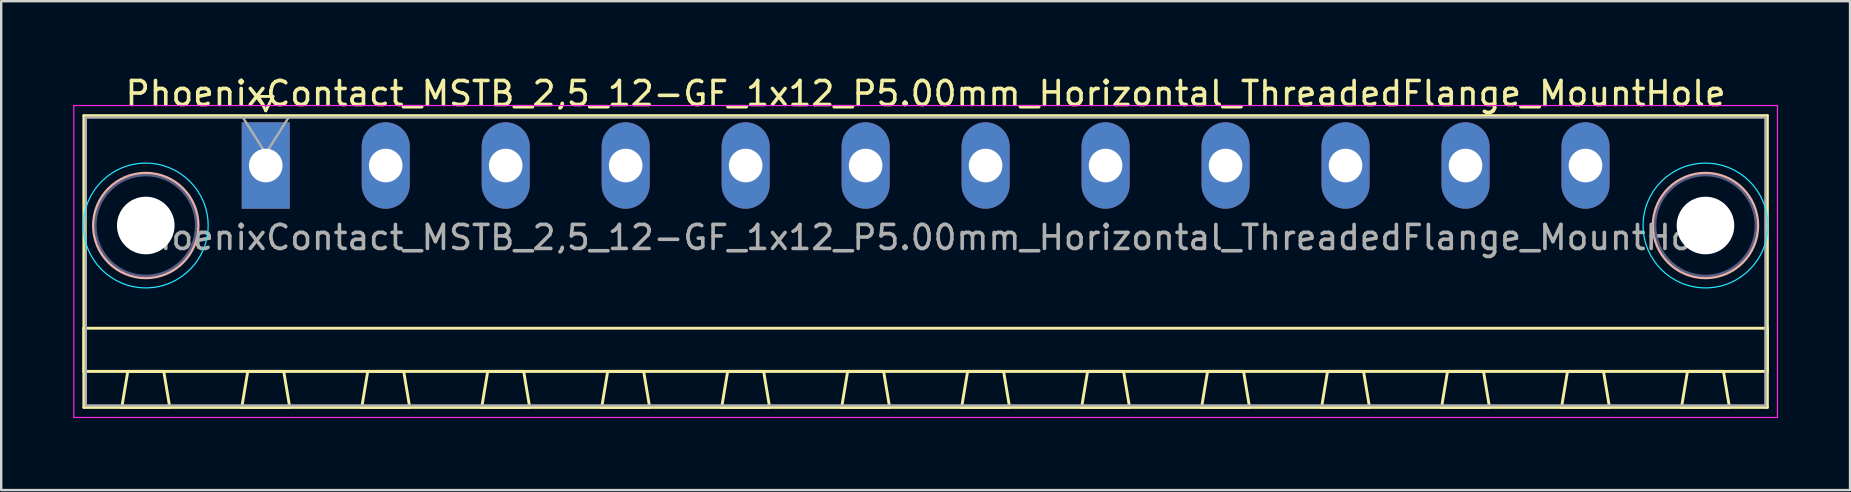
<source format=kicad_pcb>
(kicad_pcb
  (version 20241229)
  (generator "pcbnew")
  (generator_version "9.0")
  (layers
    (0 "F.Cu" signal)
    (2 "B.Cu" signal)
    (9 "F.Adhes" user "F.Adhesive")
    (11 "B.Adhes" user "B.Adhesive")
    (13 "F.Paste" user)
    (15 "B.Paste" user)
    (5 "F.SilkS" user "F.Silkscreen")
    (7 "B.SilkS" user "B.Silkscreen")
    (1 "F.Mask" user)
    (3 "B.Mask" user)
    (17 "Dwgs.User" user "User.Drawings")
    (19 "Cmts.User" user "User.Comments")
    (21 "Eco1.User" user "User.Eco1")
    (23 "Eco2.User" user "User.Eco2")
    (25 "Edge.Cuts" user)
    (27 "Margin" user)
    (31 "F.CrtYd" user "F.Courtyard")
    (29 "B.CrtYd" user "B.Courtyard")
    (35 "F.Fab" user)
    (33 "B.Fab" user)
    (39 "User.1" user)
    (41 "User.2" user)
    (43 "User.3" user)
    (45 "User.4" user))
  (footprint "PhoenixContact_MSTB_2,5_12-GF_1x12_P5.00mm_Horizontal_ThreadedFlange_MountHole"
    (layer "F.Cu")
    (at 8.025 3.848)
    (property "Reference" "PhoenixContact_MSTB_2,5_12-GF_1x12_P5.00mm_Horizontal_ThreadedFlange_MountHole" (at 27.5 -3 0) (layer "F.SilkS") (effects (font (size 1 1) (thickness 0.15))))
    (attr through_hole)
    (fp_line (start -7.58 -2.08) (end -7.58 10.08) (stroke (width 0.12) (type solid)) (layer "F.SilkS"))
    (fp_line (start -7.58 6.78) (end 62.58 6.78) (stroke (width 0.12) (type solid)) (layer "F.SilkS"))
    (fp_line (start -7.58 8.58) (end -7.58 6.78) (stroke (width 0.12) (type solid)) (layer "F.SilkS"))
    (fp_line (start -7.58 10.08) (end 62.58 10.08) (stroke (width 0.12) (type solid)) (layer "F.SilkS"))
    (fp_line (start -6 10.08) (end -4 10.08) (stroke (width 0.12) (type solid)) (layer "F.SilkS"))
    (fp_line (start -5.75 8.58) (end -6 10.08) (stroke (width 0.12) (type solid)) (layer "F.SilkS"))
    (fp_line (start -4.25 8.58) (end -5.75 8.58) (stroke (width 0.12) (type solid)) (layer "F.SilkS"))
    (fp_line (start -4 10.08) (end -4.25 8.58) (stroke (width 0.12) (type solid)) (layer "F.SilkS"))
    (fp_line (start -1 10.08) (end 1 10.08) (stroke (width 0.12) (type solid)) (layer "F.SilkS"))
    (fp_line (start -0.75 8.58) (end -1 10.08) (stroke (width 0.12) (type solid)) (layer "F.SilkS"))
    (fp_line (start -0.3 -2.88) (end 0.3 -2.88) (stroke (width 0.12) (type solid)) (layer "F.SilkS"))
    (fp_line (start 0 -2.28) (end -0.3 -2.88) (stroke (width 0.12) (type solid)) (layer "F.SilkS"))
    (fp_line (start 0.3 -2.88) (end 0 -2.28) (stroke (width 0.12) (type solid)) (layer "F.SilkS"))
    (fp_line (start 0.75 8.58) (end -0.75 8.58) (stroke (width 0.12) (type solid)) (layer "F.SilkS"))
    (fp_line (start 1 10.08) (end 0.75 8.58) (stroke (width 0.12) (type solid)) (layer "F.SilkS"))
    (fp_line (start 4 10.08) (end 6 10.08) (stroke (width 0.12) (type solid)) (layer "F.SilkS"))
    (fp_line (start 4.25 8.58) (end 4 10.08) (stroke (width 0.12) (type solid)) (layer "F.SilkS"))
    (fp_line (start 5.75 8.58) (end 4.25 8.58) (stroke (width 0.12) (type solid)) (layer "F.SilkS"))
    (fp_line (start 6 10.08) (end 5.75 8.58) (stroke (width 0.12) (type solid)) (layer "F.SilkS"))
    (fp_line (start 9 10.08) (end 11 10.08) (stroke (width 0.12) (type solid)) (layer "F.SilkS"))
    (fp_line (start 9.25 8.58) (end 9 10.08) (stroke (width 0.12) (type solid)) (layer "F.SilkS"))
    (fp_line (start 10.75 8.58) (end 9.25 8.58) (stroke (width 0.12) (type solid)) (layer "F.SilkS"))
    (fp_line (start 11 10.08) (end 10.75 8.58) (stroke (width 0.12) (type solid)) (layer "F.SilkS"))
    (fp_line (start 14 10.08) (end 16 10.08) (stroke (width 0.12) (type solid)) (layer "F.SilkS"))
    (fp_line (start 14.25 8.58) (end 14 10.08) (stroke (width 0.12) (type solid)) (layer "F.SilkS"))
    (fp_line (start 15.75 8.58) (end 14.25 8.58) (stroke (width 0.12) (type solid)) (layer "F.SilkS"))
    (fp_line (start 16 10.08) (end 15.75 8.58) (stroke (width 0.12) (type solid)) (layer "F.SilkS"))
    (fp_line (start 19 10.08) (end 21 10.08) (stroke (width 0.12) (type solid)) (layer "F.SilkS"))
    (fp_line (start 19.25 8.58) (end 19 10.08) (stroke (width 0.12) (type solid)) (layer "F.SilkS"))
    (fp_line (start 20.75 8.58) (end 19.25 8.58) (stroke (width 0.12) (type solid)) (layer "F.SilkS"))
    (fp_line (start 21 10.08) (end 20.75 8.58) (stroke (width 0.12) (type solid)) (layer "F.SilkS"))
    (fp_line (start 24 10.08) (end 26 10.08) (stroke (width 0.12) (type solid)) (layer "F.SilkS"))
    (fp_line (start 24.25 8.58) (end 24 10.08) (stroke (width 0.12) (type solid)) (layer "F.SilkS"))
    (fp_line (start 25.75 8.58) (end 24.25 8.58) (stroke (width 0.12) (type solid)) (layer "F.SilkS"))
    (fp_line (start 26 10.08) (end 25.75 8.58) (stroke (width 0.12) (type solid)) (layer "F.SilkS"))
    (fp_line (start 29 10.08) (end 31 10.08) (stroke (width 0.12) (type solid)) (layer "F.SilkS"))
    (fp_line (start 29.25 8.58) (end 29 10.08) (stroke (width 0.12) (type solid)) (layer "F.SilkS"))
    (fp_line (start 30.75 8.58) (end 29.25 8.58) (stroke (width 0.12) (type solid)) (layer "F.SilkS"))
    (fp_line (start 31 10.08) (end 30.75 8.58) (stroke (width 0.12) (type solid)) (layer "F.SilkS"))
    (fp_line (start 34 10.08) (end 36 10.08) (stroke (width 0.12) (type solid)) (layer "F.SilkS"))
    (fp_line (start 34.25 8.58) (end 34 10.08) (stroke (width 0.12) (type solid)) (layer "F.SilkS"))
    (fp_line (start 35.75 8.58) (end 34.25 8.58) (stroke (width 0.12) (type solid)) (layer "F.SilkS"))
    (fp_line (start 36 10.08) (end 35.75 8.58) (stroke (width 0.12) (type solid)) (layer "F.SilkS"))
    (fp_line (start 39 10.08) (end 41 10.08) (stroke (width 0.12) (type solid)) (layer "F.SilkS"))
    (fp_line (start 39.25 8.58) (end 39 10.08) (stroke (width 0.12) (type solid)) (layer "F.SilkS"))
    (fp_line (start 40.75 8.58) (end 39.25 8.58) (stroke (width 0.12) (type solid)) (layer "F.SilkS"))
    (fp_line (start 41 10.08) (end 40.75 8.58) (stroke (width 0.12) (type solid)) (layer "F.SilkS"))
    (fp_line (start 44 10.08) (end 46 10.08) (stroke (width 0.12) (type solid)) (layer "F.SilkS"))
    (fp_line (start 44.25 8.58) (end 44 10.08) (stroke (width 0.12) (type solid)) (layer "F.SilkS"))
    (fp_line (start 45.75 8.58) (end 44.25 8.58) (stroke (width 0.12) (type solid)) (layer "F.SilkS"))
    (fp_line (start 46 10.08) (end 45.75 8.58) (stroke (width 0.12) (type solid)) (layer "F.SilkS"))
    (fp_line (start 49 10.08) (end 51 10.08) (stroke (width 0.12) (type solid)) (layer "F.SilkS"))
    (fp_line (start 49.25 8.58) (end 49 10.08) (stroke (width 0.12) (type solid)) (layer "F.SilkS"))
    (fp_line (start 50.75 8.58) (end 49.25 8.58) (stroke (width 0.12) (type solid)) (layer "F.SilkS"))
    (fp_line (start 51 10.08) (end 50.75 8.58) (stroke (width 0.12) (type solid)) (layer "F.SilkS"))
    (fp_line (start 54 10.08) (end 56 10.08) (stroke (width 0.12) (type solid)) (layer "F.SilkS"))
    (fp_line (start 54.25 8.58) (end 54 10.08) (stroke (width 0.12) (type solid)) (layer "F.SilkS"))
    (fp_line (start 55.75 8.58) (end 54.25 8.58) (stroke (width 0.12) (type solid)) (layer "F.SilkS"))
    (fp_line (start 56 10.08) (end 55.75 8.58) (stroke (width 0.12) (type solid)) (layer "F.SilkS"))
    (fp_line (start 59 10.08) (end 61 10.08) (stroke (width 0.12) (type solid)) (layer "F.SilkS"))
    (fp_line (start 59.25 8.58) (end 59 10.08) (stroke (width 0.12) (type solid)) (layer "F.SilkS"))
    (fp_line (start 60.75 8.58) (end 59.25 8.58) (stroke (width 0.12) (type solid)) (layer "F.SilkS"))
    (fp_line (start 61 10.08) (end 60.75 8.58) (stroke (width 0.12) (type solid)) (layer "F.SilkS"))
    (fp_line (start 62.58 -2.08) (end -7.58 -2.08) (stroke (width 0.12) (type solid)) (layer "F.SilkS"))
    (fp_line (start 62.58 6.78) (end 62.58 8.58) (stroke (width 0.12) (type solid)) (layer "F.SilkS"))
    (fp_line (start 62.58 8.58) (end -7.58 8.58) (stroke (width 0.12) (type solid)) (layer "F.SilkS"))
    (fp_line (start 62.58 10.08) (end 62.58 -2.08) (stroke (width 0.12) (type solid)) (layer "F.SilkS"))
    (fp_circle (center -5 2.5) (end -2.82 2.5) (stroke (width 0.12) (type solid)) (fill no) (layer "B.SilkS"))
    (fp_circle (center 60 2.5) (end 62.18 2.5) (stroke (width 0.12) (type solid)) (fill no) (layer "B.SilkS"))
    (fp_circle (center -5 2.5) (end -2.4 2.5) (stroke (width 0.05) (type solid)) (fill no) (layer "B.CrtYd"))
    (fp_circle (center 60 2.5) (end 62.6 2.5) (stroke (width 0.05) (type solid)) (fill no) (layer "B.CrtYd"))
    (fp_line (start -8 -2.5) (end -8 10.5) (stroke (width 0.05) (type solid)) (layer "F.CrtYd"))
    (fp_line (start -8 10.5) (end 63 10.5) (stroke (width 0.05) (type solid)) (layer "F.CrtYd"))
    (fp_line (start 63 -2.5) (end -8 -2.5) (stroke (width 0.05) (type solid)) (layer "F.CrtYd"))
    (fp_line (start 63 10.5) (end 63 -2.5) (stroke (width 0.05) (type solid)) (layer "F.CrtYd"))
    (fp_circle (center -5 2.5) (end -2.9 2.5) (stroke (width 0.1) (type solid)) (fill no) (layer "B.Fab"))
    (fp_circle (center 60 2.5) (end 62.1 2.5) (stroke (width 0.1) (type solid)) (fill no) (layer "B.Fab"))
    (fp_line (start -7.5 -2) (end -7.5 10) (stroke (width 0.1) (type solid)) (layer "F.Fab"))
    (fp_line (start -7.5 10) (end 62.5 10) (stroke (width 0.1) (type solid)) (layer "F.Fab"))
    (fp_line (start 0 -0.5) (end -0.95 -2) (stroke (width 0.1) (type solid)) (layer "F.Fab"))
    (fp_line (start 0.95 -2) (end 0 -0.5) (stroke (width 0.1) (type solid)) (layer "F.Fab"))
    (fp_line (start 62.5 -2) (end -7.5 -2) (stroke (width 0.1) (type solid)) (layer "F.Fab"))
    (fp_line (start 62.5 10) (end 62.5 -2) (stroke (width 0.1) (type solid)) (layer "F.Fab"))
    (fp_text user "${REFERENCE}" (at 27.5 3 0) (layer "F.Fab") (effects (font (size 1 1) (thickness 0.15))))
    (pad "" np_thru_hole circle (at -5 2.5) (size 2.4 2.4) (drill 2.4) (layers "*.Cu" "*.Mask"))
    (pad "" np_thru_hole circle (at 60 2.5) (size 2.4 2.4) (drill 2.4) (layers "*.Cu" "*.Mask"))
    (pad "1" thru_hole rect (at 0 0) (size 2 3.6) (drill 1.4) (layers "*.Cu" "*.Mask"))
    (pad "2" thru_hole oval (at 5 0) (size 2 3.6) (drill 1.4) (layers "*.Cu" "*.Mask"))
    (pad "3" thru_hole oval (at 10 0) (size 2 3.6) (drill 1.4) (layers "*.Cu" "*.Mask"))
    (pad "4" thru_hole oval (at 15 0) (size 2 3.6) (drill 1.4) (layers "*.Cu" "*.Mask"))
    (pad "5" thru_hole oval (at 20 0) (size 2 3.6) (drill 1.4) (layers "*.Cu" "*.Mask"))
    (pad "6" thru_hole oval (at 25 0) (size 2 3.6) (drill 1.4) (layers "*.Cu" "*.Mask"))
    (pad "7" thru_hole oval (at 30 0) (size 2 3.6) (drill 1.4) (layers "*.Cu" "*.Mask"))
    (pad "8" thru_hole oval (at 35 0) (size 2 3.6) (drill 1.4) (layers "*.Cu" "*.Mask"))
    (pad "9" thru_hole oval (at 40 0) (size 2 3.6) (drill 1.4) (layers "*.Cu" "*.Mask"))
    (pad "10" thru_hole oval (at 45 0) (size 2 3.6) (drill 1.4) (layers "*.Cu" "*.Mask"))
    (pad "11" thru_hole oval (at 50 0) (size 2 3.6) (drill 1.4) (layers "*.Cu" "*.Mask"))
    (pad "12" thru_hole oval (at 55 0) (size 2 3.6) (drill 1.4) (layers "*.Cu" "*.Mask")))
  (gr_rect
    (start -3 -3)
    (end 74.05 17.373)
    (stroke (width 0.1) (type default))
    (fill no)
    (layer "Edge.Cuts")))
</source>
